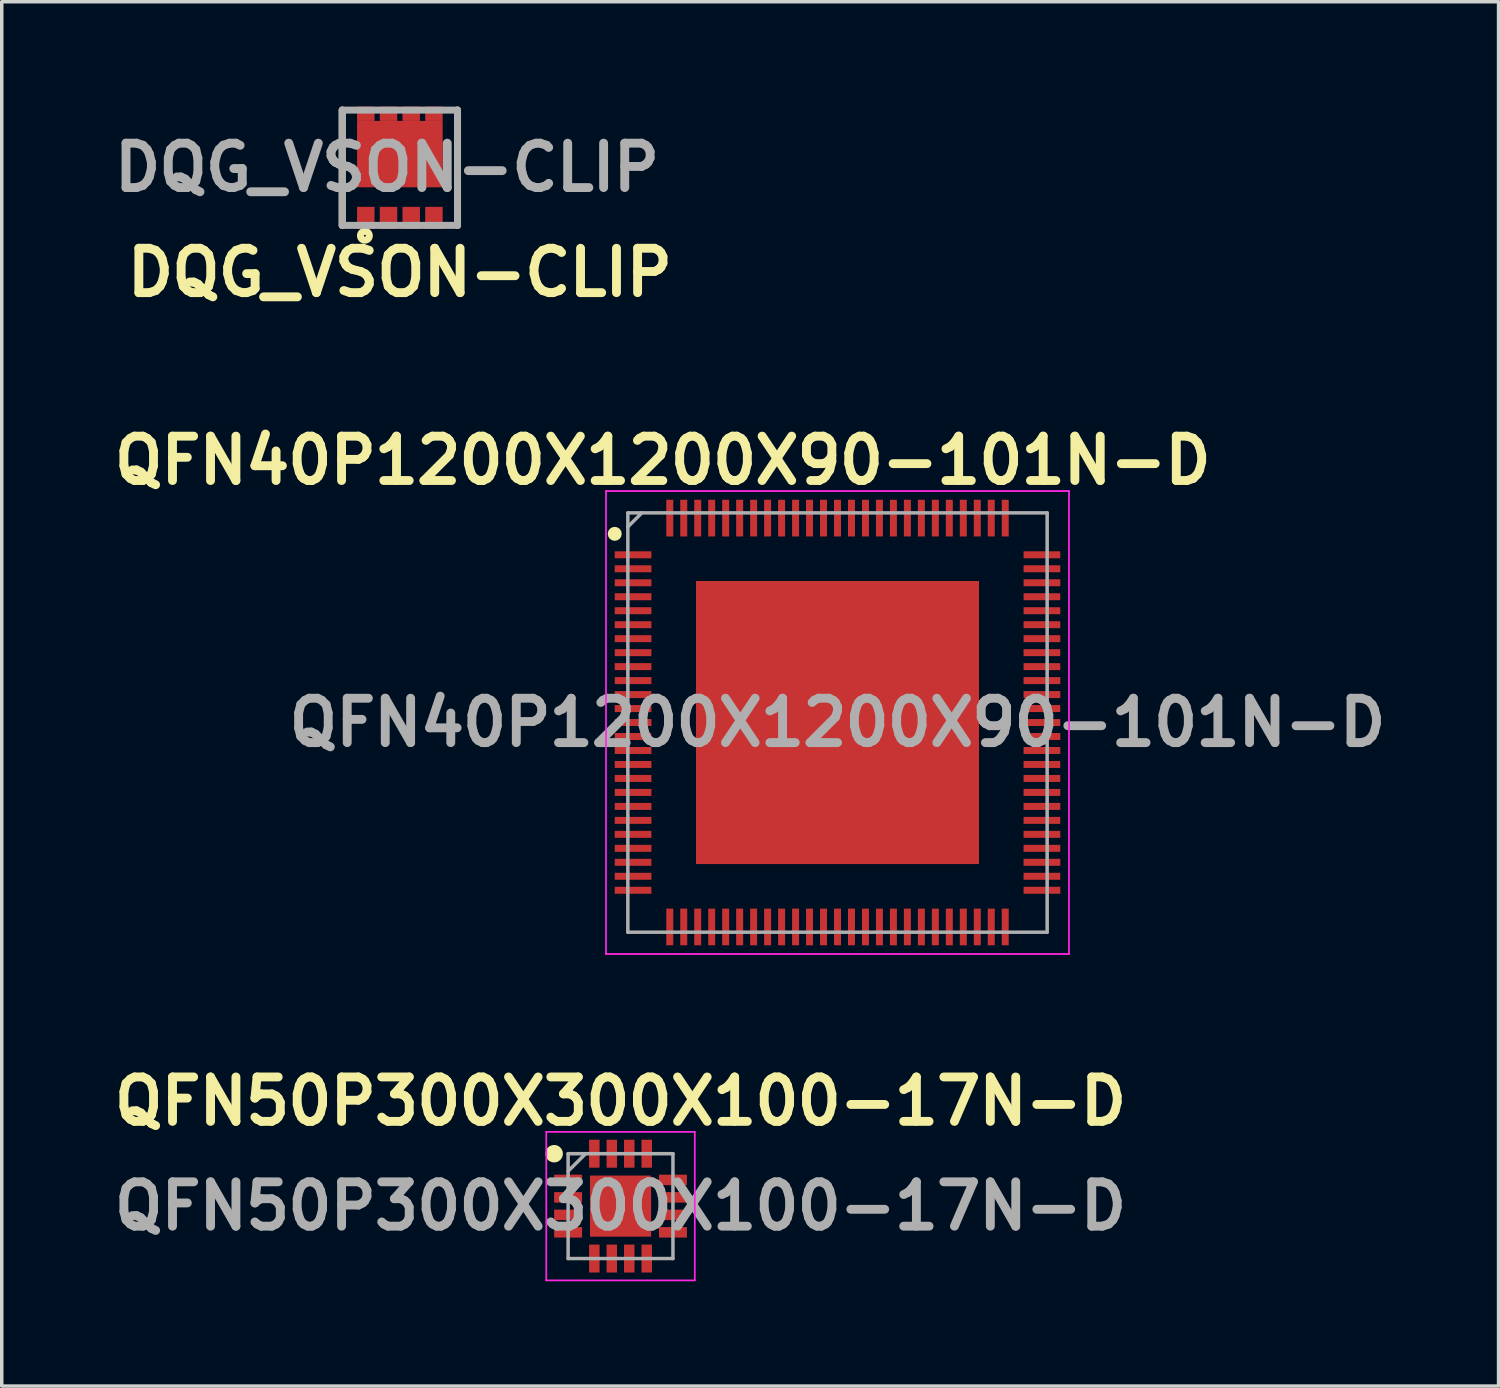
<source format=kicad_pcb>
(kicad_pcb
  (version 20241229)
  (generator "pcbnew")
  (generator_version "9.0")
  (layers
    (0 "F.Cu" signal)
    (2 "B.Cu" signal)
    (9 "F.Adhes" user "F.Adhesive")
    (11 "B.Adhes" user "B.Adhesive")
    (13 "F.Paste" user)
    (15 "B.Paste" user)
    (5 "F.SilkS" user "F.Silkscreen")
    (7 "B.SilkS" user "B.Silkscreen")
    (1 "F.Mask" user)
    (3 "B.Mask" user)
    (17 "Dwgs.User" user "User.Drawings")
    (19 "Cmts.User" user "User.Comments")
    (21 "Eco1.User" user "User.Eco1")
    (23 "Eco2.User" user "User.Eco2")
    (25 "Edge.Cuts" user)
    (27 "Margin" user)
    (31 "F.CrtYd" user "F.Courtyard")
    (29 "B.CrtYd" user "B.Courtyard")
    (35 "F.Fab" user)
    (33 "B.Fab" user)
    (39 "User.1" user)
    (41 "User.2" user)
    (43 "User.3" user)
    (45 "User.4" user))
  (footprint "DQG_VSON-CLIP"
    (layer "F.Cu")
    (at 8.393 1.75)
    (property "Reference" "DQG_VSON-CLIP" (at 0 3 0) (layer "F.SilkS") (effects (font (size 1.27 1.27) (thickness 0.254))))
    (attr smd)
    (fp_line (start -1.65 -1.65) (end -1.65 1.65) (stroke (width 0.2) (type solid)) (layer "F.SilkS"))
    (fp_line (start 1.65 1.65) (end 1.65 -1.65) (stroke (width 0.2) (type solid)) (layer "F.SilkS"))
    (fp_circle (center -1.001 1.946) (end -1.001 1.973) (stroke (width 0.2) (type solid)) (fill no) (layer "F.SilkS"))
    (fp_line (start -1.65 -1.65) (end 1.65 -1.65) (stroke (width 0.2) (type solid)) (layer "F.Fab"))
    (fp_line (start -1.65 1.65) (end -1.65 -1.65) (stroke (width 0.2) (type solid)) (layer "F.Fab"))
    (fp_line (start 1.65 -1.65) (end 1.65 1.65) (stroke (width 0.2) (type solid)) (layer "F.Fab"))
    (fp_line (start 1.65 1.65) (end -1.65 1.65) (stroke (width 0.2) (type solid)) (layer "F.Fab"))
    (fp_text user "${REFERENCE}" (at -0.368 -0.007 0) (layer "F.Fab") (effects (font (size 1.27 1.27) (thickness 0.254))))
    (pad "1" smd rect (at -0.975 1.435) (size 0.5 0.63) (layers "F.Cu" "F.Mask" "F.Paste"))
    (pad "2" smd rect (at -0.325 1.435) (size 0.5 0.63) (layers "F.Cu" "F.Mask" "F.Paste"))
    (pad "3" smd rect (at 0.325 1.435) (size 0.5 0.63) (layers "F.Cu" "F.Mask" "F.Paste"))
    (pad "4" smd rect (at 0.975 1.435) (size 0.5 0.63) (layers "F.Cu" "F.Mask" "F.Paste"))
    (pad "5" smd rect (at 0.975 -1.545 90) (size 0.41 0.5) (layers "F.Cu" "F.Mask" "F.Paste"))
    (pad "6" smd rect (at 0.325 -1.545 90) (size 0.41 0.5) (layers "F.Cu" "F.Mask" "F.Paste"))
    (pad "7" smd rect (at -0.325 -1.545 90) (size 0.41 0.5) (layers "F.Cu" "F.Mask" "F.Paste"))
    (pad "8" smd rect (at -0.975 -1.545 90) (size 0.41 0.5) (layers "F.Cu" "F.Mask" "F.Paste"))
    (pad "9" smd rect (at 0 -0.39 90) (size 1.9 2.45) (layers "F.Cu" "F.Mask" "F.Paste")))
  (footprint "QFN40P1200X1200X90-101N-D"
    (layer "F.Cu")
    (at 20.917 17.627)
    (property "Reference" "QFN40P1200X1200X90-101N-D" (at -5 -7.5 0) (layer "F.SilkS") (effects (font (size 1.27 1.27) (thickness 0.254))))
    (attr smd)
    (fp_circle (center -6.375 -5.4) (end -6.375 -5.3) (stroke (width 0.2) (type solid)) (fill no) (layer "F.SilkS"))
    (fp_line (start -6.625 -6.625) (end 6.625 -6.625) (stroke (width 0.05) (type solid)) (layer "F.CrtYd"))
    (fp_line (start -6.625 6.625) (end -6.625 -6.625) (stroke (width 0.05) (type solid)) (layer "F.CrtYd"))
    (fp_line (start 6.625 -6.625) (end 6.625 6.625) (stroke (width 0.05) (type solid)) (layer "F.CrtYd"))
    (fp_line (start 6.625 6.625) (end -6.625 6.625) (stroke (width 0.05) (type solid)) (layer "F.CrtYd"))
    (fp_line (start -6 -6) (end 6 -6) (stroke (width 0.1) (type solid)) (layer "F.Fab"))
    (fp_line (start -6 -5.6) (end -5.6 -6) (stroke (width 0.1) (type solid)) (layer "F.Fab"))
    (fp_line (start -6 6) (end -6 -6) (stroke (width 0.1) (type solid)) (layer "F.Fab"))
    (fp_line (start 6 -6) (end 6 6) (stroke (width 0.1) (type solid)) (layer "F.Fab"))
    (fp_line (start 6 6) (end -6 6) (stroke (width 0.1) (type solid)) (layer "F.Fab"))
    (fp_text user "${REFERENCE}" (at 0 0 0) (layer "F.Fab") (effects (font (size 1.27 1.27) (thickness 0.254))))
    (pad "1" smd rect (at -5.85 -4.8 90) (size 0.2 1.05) (layers "F.Cu" "F.Mask" "F.Paste"))
    (pad "2" smd rect (at -5.85 -4.4 90) (size 0.2 1.05) (layers "F.Cu" "F.Mask" "F.Paste"))
    (pad "3" smd rect (at -5.85 -4 90) (size 0.2 1.05) (layers "F.Cu" "F.Mask" "F.Paste"))
    (pad "4" smd rect (at -5.85 -3.6 90) (size 0.2 1.05) (layers "F.Cu" "F.Mask" "F.Paste"))
    (pad "5" smd rect (at -5.85 -3.2 90) (size 0.2 1.05) (layers "F.Cu" "F.Mask" "F.Paste"))
    (pad "6" smd rect (at -5.85 -2.8 90) (size 0.2 1.05) (layers "F.Cu" "F.Mask" "F.Paste"))
    (pad "7" smd rect (at -5.85 -2.4 90) (size 0.2 1.05) (layers "F.Cu" "F.Mask" "F.Paste"))
    (pad "8" smd rect (at -5.85 -2 90) (size 0.2 1.05) (layers "F.Cu" "F.Mask" "F.Paste"))
    (pad "9" smd rect (at -5.85 -1.6 90) (size 0.2 1.05) (layers "F.Cu" "F.Mask" "F.Paste"))
    (pad "10" smd rect (at -5.85 -1.2 90) (size 0.2 1.05) (layers "F.Cu" "F.Mask" "F.Paste"))
    (pad "11" smd rect (at -5.85 -0.8 90) (size 0.2 1.05) (layers "F.Cu" "F.Mask" "F.Paste"))
    (pad "12" smd rect (at -5.85 -0.4 90) (size 0.2 1.05) (layers "F.Cu" "F.Mask" "F.Paste"))
    (pad "13" smd rect (at -5.85 0 90) (size 0.2 1.05) (layers "F.Cu" "F.Mask" "F.Paste"))
    (pad "14" smd rect (at -5.85 0.4 90) (size 0.2 1.05) (layers "F.Cu" "F.Mask" "F.Paste"))
    (pad "15" smd rect (at -5.85 0.8 90) (size 0.2 1.05) (layers "F.Cu" "F.Mask" "F.Paste"))
    (pad "16" smd rect (at -5.85 1.2 90) (size 0.2 1.05) (layers "F.Cu" "F.Mask" "F.Paste"))
    (pad "17" smd rect (at -5.85 1.6 90) (size 0.2 1.05) (layers "F.Cu" "F.Mask" "F.Paste"))
    (pad "18" smd rect (at -5.85 2 90) (size 0.2 1.05) (layers "F.Cu" "F.Mask" "F.Paste"))
    (pad "19" smd rect (at -5.85 2.4 90) (size 0.2 1.05) (layers "F.Cu" "F.Mask" "F.Paste"))
    (pad "20" smd rect (at -5.85 2.8 90) (size 0.2 1.05) (layers "F.Cu" "F.Mask" "F.Paste"))
    (pad "21" smd rect (at -5.85 3.2 90) (size 0.2 1.05) (layers "F.Cu" "F.Mask" "F.Paste"))
    (pad "22" smd rect (at -5.85 3.6 90) (size 0.2 1.05) (layers "F.Cu" "F.Mask" "F.Paste"))
    (pad "23" smd rect (at -5.85 4 90) (size 0.2 1.05) (layers "F.Cu" "F.Mask" "F.Paste"))
    (pad "24" smd rect (at -5.85 4.4 90) (size 0.2 1.05) (layers "F.Cu" "F.Mask" "F.Paste"))
    (pad "25" smd rect (at -5.85 4.8 90) (size 0.2 1.05) (layers "F.Cu" "F.Mask" "F.Paste"))
    (pad "26" smd rect (at -4.8 5.85) (size 0.2 1.05) (layers "F.Cu" "F.Mask" "F.Paste"))
    (pad "27" smd rect (at -4.4 5.85) (size 0.2 1.05) (layers "F.Cu" "F.Mask" "F.Paste"))
    (pad "28" smd rect (at -4 5.85) (size 0.2 1.05) (layers "F.Cu" "F.Mask" "F.Paste"))
    (pad "29" smd rect (at -3.6 5.85) (size 0.2 1.05) (layers "F.Cu" "F.Mask" "F.Paste"))
    (pad "30" smd rect (at -3.2 5.85) (size 0.2 1.05) (layers "F.Cu" "F.Mask" "F.Paste"))
    (pad "31" smd rect (at -2.8 5.85) (size 0.2 1.05) (layers "F.Cu" "F.Mask" "F.Paste"))
    (pad "32" smd rect (at -2.4 5.85) (size 0.2 1.05) (layers "F.Cu" "F.Mask" "F.Paste"))
    (pad "33" smd rect (at -2 5.85) (size 0.2 1.05) (layers "F.Cu" "F.Mask" "F.Paste"))
    (pad "34" smd rect (at -1.6 5.85) (size 0.2 1.05) (layers "F.Cu" "F.Mask" "F.Paste"))
    (pad "35" smd rect (at -1.2 5.85) (size 0.2 1.05) (layers "F.Cu" "F.Mask" "F.Paste"))
    (pad "36" smd rect (at -0.8 5.85) (size 0.2 1.05) (layers "F.Cu" "F.Mask" "F.Paste"))
    (pad "37" smd rect (at -0.4 5.85) (size 0.2 1.05) (layers "F.Cu" "F.Mask" "F.Paste"))
    (pad "38" smd rect (at 0 5.85) (size 0.2 1.05) (layers "F.Cu" "F.Mask" "F.Paste"))
    (pad "39" smd rect (at 0.4 5.85) (size 0.2 1.05) (layers "F.Cu" "F.Mask" "F.Paste"))
    (pad "40" smd rect (at 0.8 5.85) (size 0.2 1.05) (layers "F.Cu" "F.Mask" "F.Paste"))
    (pad "41" smd rect (at 1.2 5.85) (size 0.2 1.05) (layers "F.Cu" "F.Mask" "F.Paste"))
    (pad "42" smd rect (at 1.6 5.85) (size 0.2 1.05) (layers "F.Cu" "F.Mask" "F.Paste"))
    (pad "43" smd rect (at 2 5.85) (size 0.2 1.05) (layers "F.Cu" "F.Mask" "F.Paste"))
    (pad "44" smd rect (at 2.4 5.85) (size 0.2 1.05) (layers "F.Cu" "F.Mask" "F.Paste"))
    (pad "45" smd rect (at 2.8 5.85) (size 0.2 1.05) (layers "F.Cu" "F.Mask" "F.Paste"))
    (pad "46" smd rect (at 3.2 5.85) (size 0.2 1.05) (layers "F.Cu" "F.Mask" "F.Paste"))
    (pad "47" smd rect (at 3.6 5.85) (size 0.2 1.05) (layers "F.Cu" "F.Mask" "F.Paste"))
    (pad "48" smd rect (at 4 5.85) (size 0.2 1.05) (layers "F.Cu" "F.Mask" "F.Paste"))
    (pad "49" smd rect (at 4.4 5.85) (size 0.2 1.05) (layers "F.Cu" "F.Mask" "F.Paste"))
    (pad "50" smd rect (at 4.8 5.85) (size 0.2 1.05) (layers "F.Cu" "F.Mask" "F.Paste"))
    (pad "51" smd rect (at 5.85 4.8 90) (size 0.2 1.05) (layers "F.Cu" "F.Mask" "F.Paste"))
    (pad "52" smd rect (at 5.85 4.4 90) (size 0.2 1.05) (layers "F.Cu" "F.Mask" "F.Paste"))
    (pad "53" smd rect (at 5.85 4 90) (size 0.2 1.05) (layers "F.Cu" "F.Mask" "F.Paste"))
    (pad "54" smd rect (at 5.85 3.6 90) (size 0.2 1.05) (layers "F.Cu" "F.Mask" "F.Paste"))
    (pad "55" smd rect (at 5.85 3.2 90) (size 0.2 1.05) (layers "F.Cu" "F.Mask" "F.Paste"))
    (pad "56" smd rect (at 5.85 2.8 90) (size 0.2 1.05) (layers "F.Cu" "F.Mask" "F.Paste"))
    (pad "57" smd rect (at 5.85 2.4 90) (size 0.2 1.05) (layers "F.Cu" "F.Mask" "F.Paste"))
    (pad "58" smd rect (at 5.85 2 90) (size 0.2 1.05) (layers "F.Cu" "F.Mask" "F.Paste"))
    (pad "59" smd rect (at 5.85 1.6 90) (size 0.2 1.05) (layers "F.Cu" "F.Mask" "F.Paste"))
    (pad "60" smd rect (at 5.85 1.2 90) (size 0.2 1.05) (layers "F.Cu" "F.Mask" "F.Paste"))
    (pad "61" smd rect (at 5.85 0.8 90) (size 0.2 1.05) (layers "F.Cu" "F.Mask" "F.Paste"))
    (pad "62" smd rect (at 5.85 0.4 90) (size 0.2 1.05) (layers "F.Cu" "F.Mask" "F.Paste"))
    (pad "63" smd rect (at 5.85 0 90) (size 0.2 1.05) (layers "F.Cu" "F.Mask" "F.Paste"))
    (pad "64" smd rect (at 5.85 -0.4 90) (size 0.2 1.05) (layers "F.Cu" "F.Mask" "F.Paste"))
    (pad "65" smd rect (at 5.85 -0.8 90) (size 0.2 1.05) (layers "F.Cu" "F.Mask" "F.Paste"))
    (pad "66" smd rect (at 5.85 -1.2 90) (size 0.2 1.05) (layers "F.Cu" "F.Mask" "F.Paste"))
    (pad "67" smd rect (at 5.85 -1.6 90) (size 0.2 1.05) (layers "F.Cu" "F.Mask" "F.Paste"))
    (pad "68" smd rect (at 5.85 -2 90) (size 0.2 1.05) (layers "F.Cu" "F.Mask" "F.Paste"))
    (pad "69" smd rect (at 5.85 -2.4 90) (size 0.2 1.05) (layers "F.Cu" "F.Mask" "F.Paste"))
    (pad "70" smd rect (at 5.85 -2.8 90) (size 0.2 1.05) (layers "F.Cu" "F.Mask" "F.Paste"))
    (pad "71" smd rect (at 5.85 -3.2 90) (size 0.2 1.05) (layers "F.Cu" "F.Mask" "F.Paste"))
    (pad "72" smd rect (at 5.85 -3.6 90) (size 0.2 1.05) (layers "F.Cu" "F.Mask" "F.Paste"))
    (pad "73" smd rect (at 5.85 -4 90) (size 0.2 1.05) (layers "F.Cu" "F.Mask" "F.Paste"))
    (pad "74" smd rect (at 5.85 -4.4 90) (size 0.2 1.05) (layers "F.Cu" "F.Mask" "F.Paste"))
    (pad "75" smd rect (at 5.85 -4.8 90) (size 0.2 1.05) (layers "F.Cu" "F.Mask" "F.Paste"))
    (pad "76" smd rect (at 4.8 -5.85) (size 0.2 1.05) (layers "F.Cu" "F.Mask" "F.Paste"))
    (pad "77" smd rect (at 4.4 -5.85) (size 0.2 1.05) (layers "F.Cu" "F.Mask" "F.Paste"))
    (pad "78" smd rect (at 4 -5.85) (size 0.2 1.05) (layers "F.Cu" "F.Mask" "F.Paste"))
    (pad "79" smd rect (at 3.6 -5.85) (size 0.2 1.05) (layers "F.Cu" "F.Mask" "F.Paste"))
    (pad "80" smd rect (at 3.2 -5.85) (size 0.2 1.05) (layers "F.Cu" "F.Mask" "F.Paste"))
    (pad "81" smd rect (at 2.8 -5.85) (size 0.2 1.05) (layers "F.Cu" "F.Mask" "F.Paste"))
    (pad "82" smd rect (at 2.4 -5.85) (size 0.2 1.05) (layers "F.Cu" "F.Mask" "F.Paste"))
    (pad "83" smd rect (at 2 -5.85) (size 0.2 1.05) (layers "F.Cu" "F.Mask" "F.Paste"))
    (pad "84" smd rect (at 1.6 -5.85) (size 0.2 1.05) (layers "F.Cu" "F.Mask" "F.Paste"))
    (pad "85" smd rect (at 1.2 -5.85) (size 0.2 1.05) (layers "F.Cu" "F.Mask" "F.Paste"))
    (pad "86" smd rect (at 0.8 -5.85) (size 0.2 1.05) (layers "F.Cu" "F.Mask" "F.Paste"))
    (pad "87" smd rect (at 0.4 -5.85) (size 0.2 1.05) (layers "F.Cu" "F.Mask" "F.Paste"))
    (pad "88" smd rect (at 0 -5.85) (size 0.2 1.05) (layers "F.Cu" "F.Mask" "F.Paste"))
    (pad "89" smd rect (at -0.4 -5.85) (size 0.2 1.05) (layers "F.Cu" "F.Mask" "F.Paste"))
    (pad "90" smd rect (at -0.8 -5.85) (size 0.2 1.05) (layers "F.Cu" "F.Mask" "F.Paste"))
    (pad "91" smd rect (at -1.2 -5.85) (size 0.2 1.05) (layers "F.Cu" "F.Mask" "F.Paste"))
    (pad "92" smd rect (at -1.6 -5.85) (size 0.2 1.05) (layers "F.Cu" "F.Mask" "F.Paste"))
    (pad "93" smd rect (at -2 -5.85) (size 0.2 1.05) (layers "F.Cu" "F.Mask" "F.Paste"))
    (pad "94" smd rect (at -2.4 -5.85) (size 0.2 1.05) (layers "F.Cu" "F.Mask" "F.Paste"))
    (pad "95" smd rect (at -2.8 -5.85) (size 0.2 1.05) (layers "F.Cu" "F.Mask" "F.Paste"))
    (pad "96" smd rect (at -3.2 -5.85) (size 0.2 1.05) (layers "F.Cu" "F.Mask" "F.Paste"))
    (pad "97" smd rect (at -3.6 -5.85) (size 0.2 1.05) (layers "F.Cu" "F.Mask" "F.Paste"))
    (pad "98" smd rect (at -4 -5.85) (size 0.2 1.05) (layers "F.Cu" "F.Mask" "F.Paste"))
    (pad "99" smd rect (at -4.4 -5.85) (size 0.2 1.05) (layers "F.Cu" "F.Mask" "F.Paste"))
    (pad "100" smd rect (at -4.8 -5.85) (size 0.2 1.05) (layers "F.Cu" "F.Mask" "F.Paste"))
    (pad "101" smd rect (at 0 0) (size 8.1 8.1) (layers "F.Cu" "F.Mask" "F.Paste")))
  (footprint "QFN50P300X300X100-17N-D"
    (layer "F.Cu")
    (at 14.708 31.466)
    (property "Reference" "QFN50P300X300X100-17N-D" (at 0 -3 0) (layer "F.SilkS") (effects (font (size 1.27 1.27) (thickness 0.254))))
    (attr smd)
    (fp_circle (center -1.9 -1.5) (end -1.9 -1.375) (stroke (width 0.25) (type solid)) (fill no) (layer "F.SilkS"))
    (fp_line (start -2.125 -2.125) (end 2.125 -2.125) (stroke (width 0.05) (type solid)) (layer "F.CrtYd"))
    (fp_line (start -2.125 2.125) (end -2.125 -2.125) (stroke (width 0.05) (type solid)) (layer "F.CrtYd"))
    (fp_line (start 2.125 -2.125) (end 2.125 2.125) (stroke (width 0.05) (type solid)) (layer "F.CrtYd"))
    (fp_line (start 2.125 2.125) (end -2.125 2.125) (stroke (width 0.05) (type solid)) (layer "F.CrtYd"))
    (fp_line (start -1.5 -1.5) (end 1.5 -1.5) (stroke (width 0.1) (type solid)) (layer "F.Fab"))
    (fp_line (start -1.5 -1) (end -1 -1.5) (stroke (width 0.1) (type solid)) (layer "F.Fab"))
    (fp_line (start -1.5 1.5) (end -1.5 -1.5) (stroke (width 0.1) (type solid)) (layer "F.Fab"))
    (fp_line (start 1.5 -1.5) (end 1.5 1.5) (stroke (width 0.1) (type solid)) (layer "F.Fab"))
    (fp_line (start 1.5 1.5) (end -1.5 1.5) (stroke (width 0.1) (type solid)) (layer "F.Fab"))
    (fp_text user "${REFERENCE}" (at 0 0 0) (layer "F.Fab") (effects (font (size 1.27 1.27) (thickness 0.254))))
    (pad "1" smd rect (at -1.5 -0.75 90) (size 0.3 0.8) (layers "F.Cu" "F.Mask" "F.Paste"))
    (pad "2" smd rect (at -1.5 -0.25 90) (size 0.3 0.8) (layers "F.Cu" "F.Mask" "F.Paste"))
    (pad "3" smd rect (at -1.5 0.25 90) (size 0.3 0.8) (layers "F.Cu" "F.Mask" "F.Paste"))
    (pad "4" smd rect (at -1.5 0.75 90) (size 0.3 0.8) (layers "F.Cu" "F.Mask" "F.Paste"))
    (pad "5" smd rect (at -0.75 1.5) (size 0.3 0.8) (layers "F.Cu" "F.Mask" "F.Paste"))
    (pad "6" smd rect (at -0.25 1.5) (size 0.3 0.8) (layers "F.Cu" "F.Mask" "F.Paste"))
    (pad "7" smd rect (at 0.25 1.5) (size 0.3 0.8) (layers "F.Cu" "F.Mask" "F.Paste"))
    (pad "8" smd rect (at 0.75 1.5) (size 0.3 0.8) (layers "F.Cu" "F.Mask" "F.Paste"))
    (pad "9" smd rect (at 1.5 0.75 90) (size 0.3 0.8) (layers "F.Cu" "F.Mask" "F.Paste"))
    (pad "10" smd rect (at 1.5 0.25 90) (size 0.3 0.8) (layers "F.Cu" "F.Mask" "F.Paste"))
    (pad "11" smd rect (at 1.5 -0.25 90) (size 0.3 0.8) (layers "F.Cu" "F.Mask" "F.Paste"))
    (pad "12" smd rect (at 1.5 -0.75 90) (size 0.3 0.8) (layers "F.Cu" "F.Mask" "F.Paste"))
    (pad "13" smd rect (at 0.75 -1.5) (size 0.3 0.8) (layers "F.Cu" "F.Mask" "F.Paste"))
    (pad "14" smd rect (at 0.25 -1.5) (size 0.3 0.8) (layers "F.Cu" "F.Mask" "F.Paste"))
    (pad "15" smd rect (at -0.25 -1.5) (size 0.3 0.8) (layers "F.Cu" "F.Mask" "F.Paste"))
    (pad "16" smd rect (at -0.75 -1.5) (size 0.3 0.8) (layers "F.Cu" "F.Mask" "F.Paste"))
    (pad "17" smd rect (at 0 0) (size 1.75 1.75) (layers "F.Cu" "F.Mask" "F.Paste")))
  (gr_rect
    (start -3 -3)
    (end 39.835 36.616)
    (stroke (width 0.1) (type default))
    (fill no)
    (layer "Edge.Cuts")))
</source>
